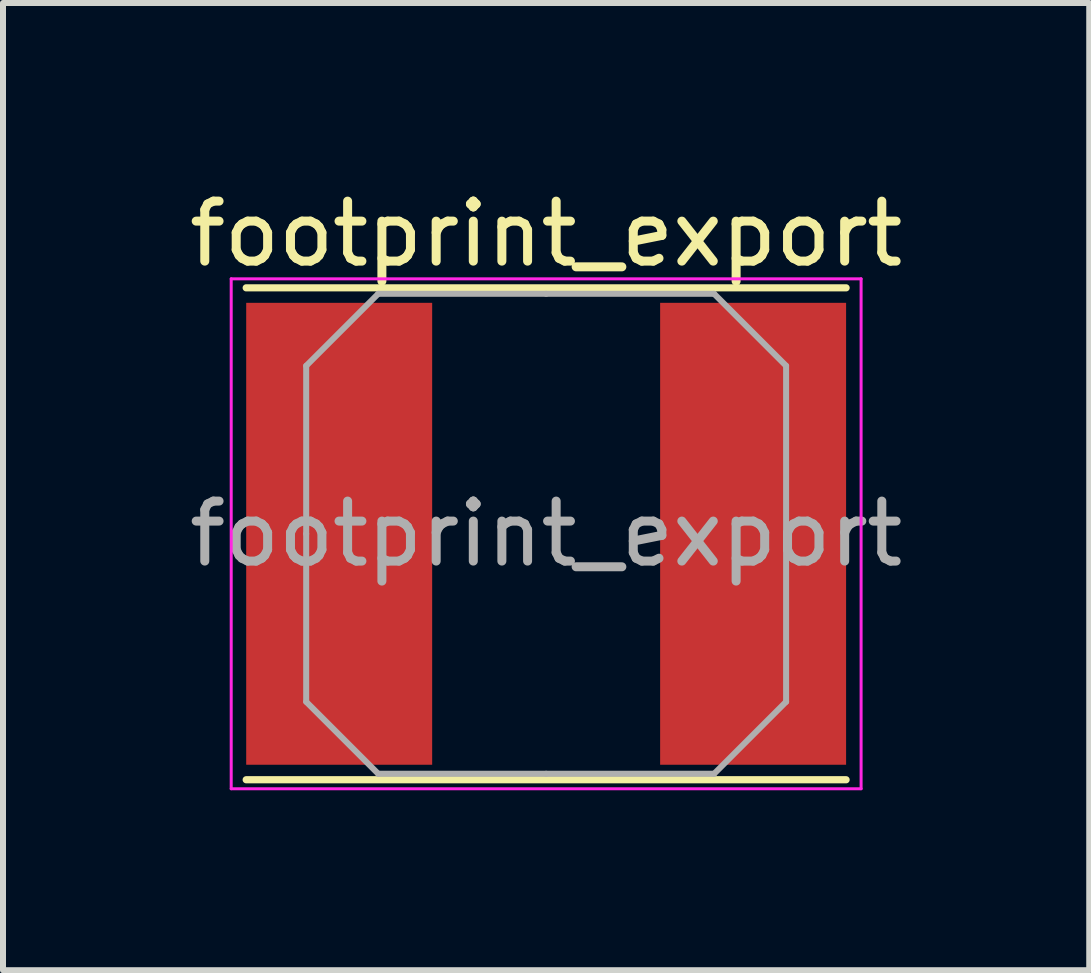
<source format=kicad_pcb>
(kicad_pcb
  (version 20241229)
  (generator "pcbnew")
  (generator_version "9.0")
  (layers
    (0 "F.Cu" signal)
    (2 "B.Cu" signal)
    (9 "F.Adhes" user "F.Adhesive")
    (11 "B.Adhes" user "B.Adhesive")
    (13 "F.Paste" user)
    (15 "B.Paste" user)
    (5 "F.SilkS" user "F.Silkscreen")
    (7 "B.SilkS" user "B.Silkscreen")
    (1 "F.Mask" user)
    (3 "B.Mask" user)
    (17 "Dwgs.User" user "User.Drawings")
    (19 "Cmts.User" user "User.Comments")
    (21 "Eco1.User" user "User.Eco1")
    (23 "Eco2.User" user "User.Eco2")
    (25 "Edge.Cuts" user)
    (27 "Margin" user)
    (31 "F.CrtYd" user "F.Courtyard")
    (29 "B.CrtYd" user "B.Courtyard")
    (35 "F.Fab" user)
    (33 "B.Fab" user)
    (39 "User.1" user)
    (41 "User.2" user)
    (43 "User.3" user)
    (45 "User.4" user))
  (footprint "footprint_export"
    (layer "F.Cu")
    (at 6.054 5.848)
    (property "Reference" "footprint_export" (at 0 -5 0) (layer "F.SilkS") (effects (font (size 1 1) (thickness 0.15))))
    (attr smd)
    (fp_line (start -5 -4.1) (end 5 -4.1) (stroke (width 0.12) (type solid)) (layer "F.SilkS"))
    (fp_line (start -5 4.1) (end 5 4.1) (stroke (width 0.12) (type solid)) (layer "F.SilkS"))
    (fp_line (start -5.25 -4.25) (end -5.25 4.25) (stroke (width 0.05) (type solid)) (layer "F.CrtYd"))
    (fp_line (start -5.25 4.25) (end 5.25 4.25) (stroke (width 0.05) (type solid)) (layer "F.CrtYd"))
    (fp_line (start 5.25 -4.25) (end -5.25 -4.25) (stroke (width 0.05) (type solid)) (layer "F.CrtYd"))
    (fp_line (start 5.25 4.25) (end 5.25 -4.25) (stroke (width 0.05) (type solid)) (layer "F.CrtYd"))
    (fp_line (start -4 -2.8) (end -2.8 -4) (stroke (width 0.1) (type solid)) (layer "F.Fab"))
    (fp_line (start -4 0) (end -4 -2.8) (stroke (width 0.1) (type solid)) (layer "F.Fab"))
    (fp_line (start -4 0) (end -4 2.8) (stroke (width 0.1) (type solid)) (layer "F.Fab"))
    (fp_line (start -4 2.8) (end -2.8 4) (stroke (width 0.1) (type solid)) (layer "F.Fab"))
    (fp_line (start -2.8 -4) (end 0 -4) (stroke (width 0.1) (type solid)) (layer "F.Fab"))
    (fp_line (start -2.8 4) (end 0 4) (stroke (width 0.1) (type solid)) (layer "F.Fab"))
    (fp_line (start 2.8 -4) (end 0 -4) (stroke (width 0.1) (type solid)) (layer "F.Fab"))
    (fp_line (start 2.8 4) (end 0 4) (stroke (width 0.1) (type solid)) (layer "F.Fab"))
    (fp_line (start 4 -2.8) (end 2.8 -4) (stroke (width 0.1) (type solid)) (layer "F.Fab"))
    (fp_line (start 4 0) (end 4 -2.8) (stroke (width 0.1) (type solid)) (layer "F.Fab"))
    (fp_line (start 4 0) (end 4 2.8) (stroke (width 0.1) (type solid)) (layer "F.Fab"))
    (fp_line (start 4 2.8) (end 2.8 4) (stroke (width 0.1) (type solid)) (layer "F.Fab"))
    (fp_text user "${REFERENCE}" (at 0 0 0) (layer "F.Fab") (effects (font (size 1 1) (thickness 0.15))))
    (pad "1" smd rect (at -3.45 0) (size 3.1 7.7) (layers "F.Cu" "F.Mask" "F.Paste"))
    (pad "2" smd rect (at 3.45 0) (size 3.1 7.7) (layers "F.Cu" "F.Mask" "F.Paste")))
  (gr_rect
    (start -3 -3)
    (end 15.107 13.123)
    (stroke (width 0.1) (type default))
    (fill no)
    (layer "Edge.Cuts")))
</source>
